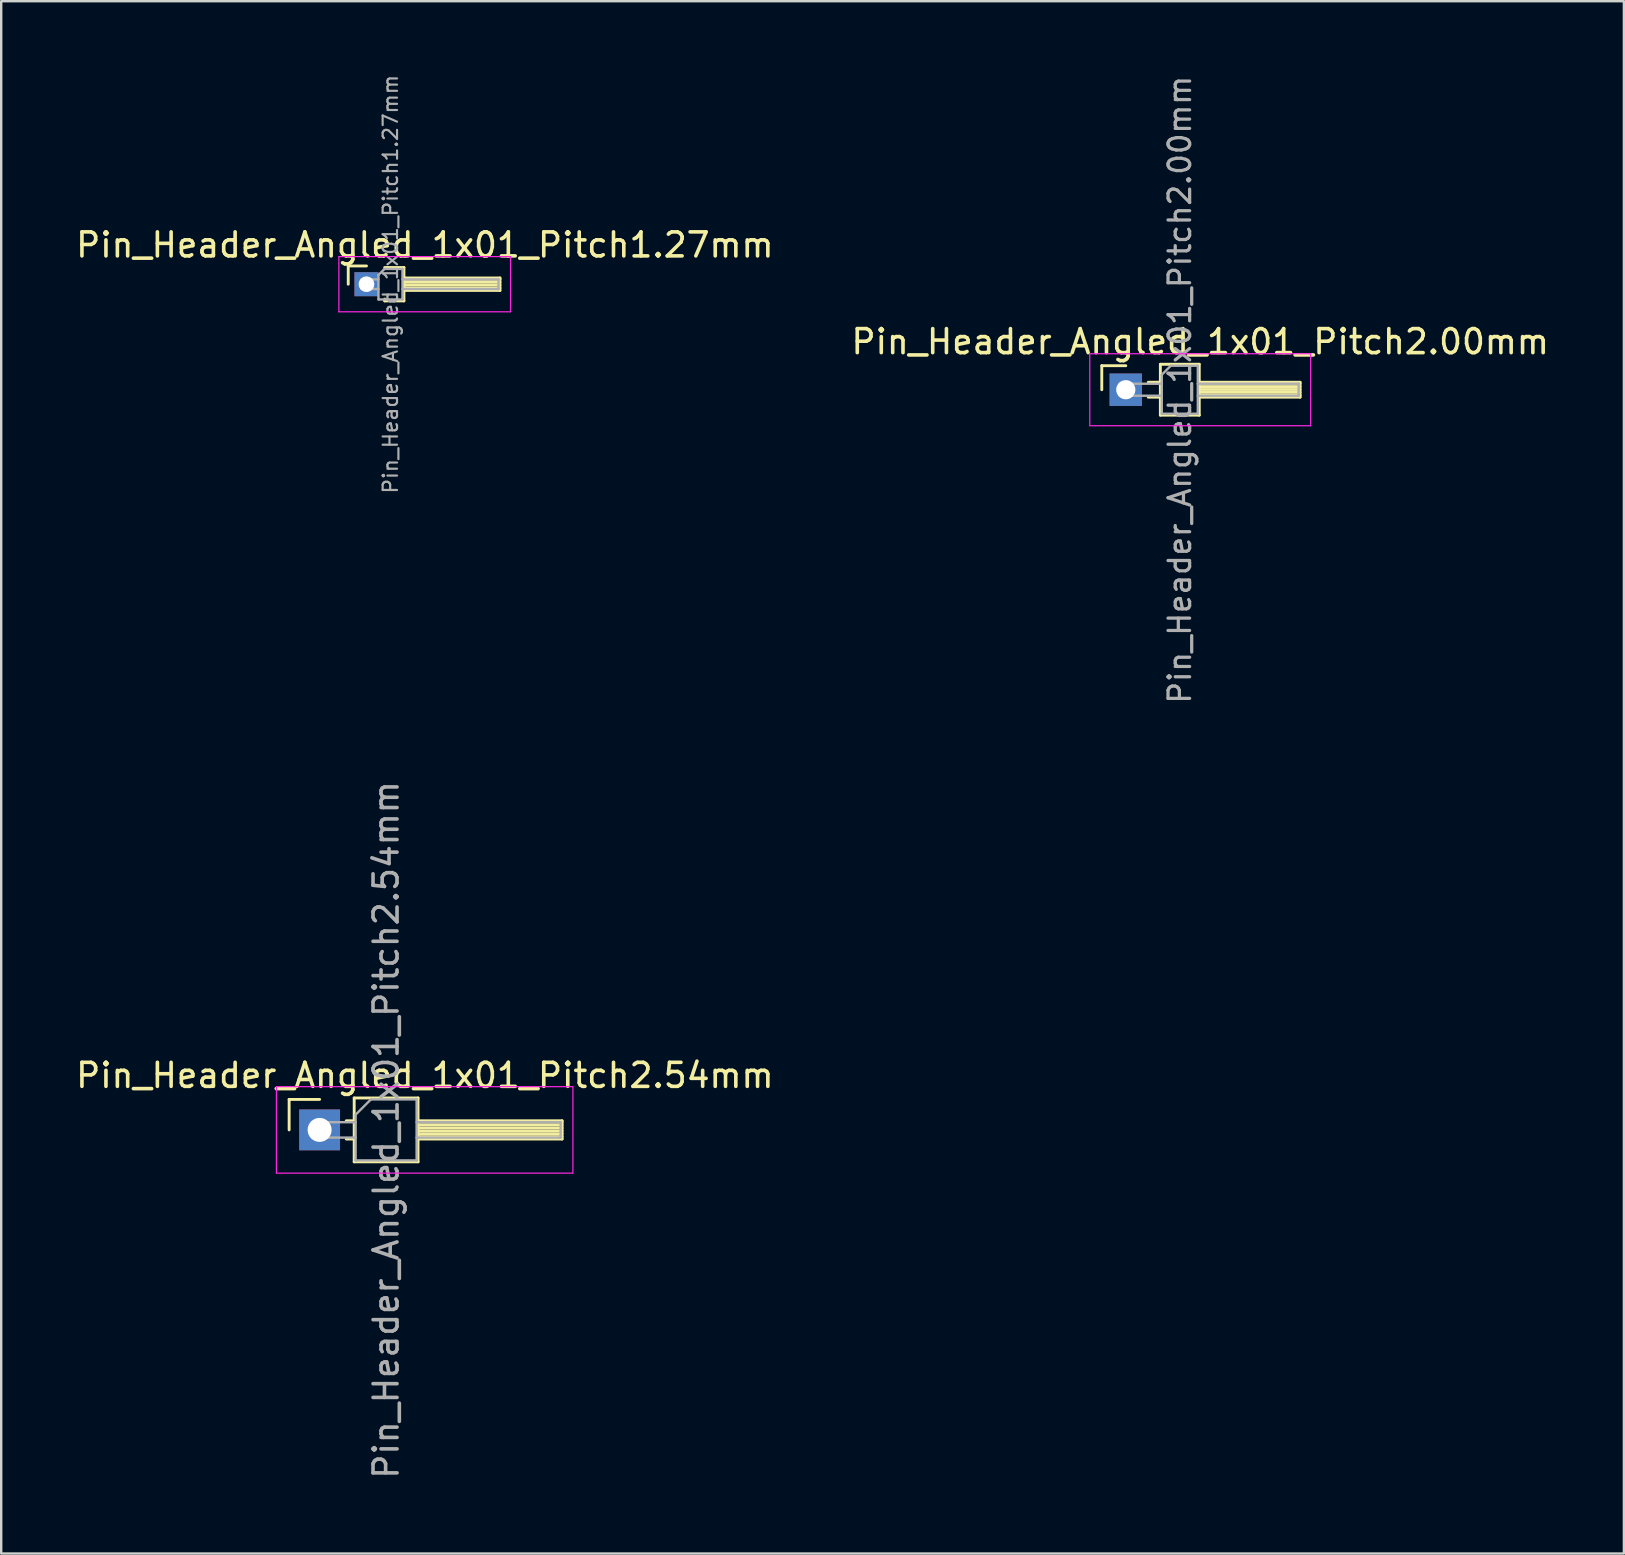
<source format=kicad_pcb>
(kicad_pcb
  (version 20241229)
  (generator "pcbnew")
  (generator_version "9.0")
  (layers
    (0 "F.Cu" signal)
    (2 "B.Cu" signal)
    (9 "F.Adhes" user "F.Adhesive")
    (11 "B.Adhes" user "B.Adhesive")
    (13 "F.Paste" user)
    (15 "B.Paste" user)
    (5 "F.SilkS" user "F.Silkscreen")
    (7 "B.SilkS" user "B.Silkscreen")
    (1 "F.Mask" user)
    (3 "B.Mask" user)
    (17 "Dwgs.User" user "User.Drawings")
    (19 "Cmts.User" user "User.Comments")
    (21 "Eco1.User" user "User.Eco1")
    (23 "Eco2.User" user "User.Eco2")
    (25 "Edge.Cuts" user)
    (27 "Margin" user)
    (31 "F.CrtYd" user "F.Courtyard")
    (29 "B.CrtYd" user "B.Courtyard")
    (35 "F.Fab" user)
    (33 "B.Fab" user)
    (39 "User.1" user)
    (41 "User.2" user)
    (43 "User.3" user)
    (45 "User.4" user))
  (footprint "Pin_Header_Angled_1x01_Pitch1.27mm"
    (layer "F.Cu")
    (at 12.216 8.789)
    (property "Reference" "Pin_Header_Angled_1x01_Pitch1.27mm" (at 2.433 -1.635 0) (layer "F.SilkS") (effects (font (size 1 1) (thickness 0.15))))
    (attr through_hole)
    (fp_line (start -0.76 -0.76) (end 0 -0.76) (stroke (width 0.12) (type solid)) (layer "F.SilkS"))
    (fp_line (start -0.76 0) (end -0.76 -0.76) (stroke (width 0.12) (type solid)) (layer "F.SilkS"))
    (fp_line (start 0.76 -0.695) (end 1.56 -0.695) (stroke (width 0.12) (type solid)) (layer "F.SilkS"))
    (fp_line (start 0.76 0.695) (end 0.76 0.62) (stroke (width 0.12) (type solid)) (layer "F.SilkS"))
    (fp_line (start 1.56 -0.695) (end 1.56 0.695) (stroke (width 0.12) (type solid)) (layer "F.SilkS"))
    (fp_line (start 1.56 -0.26) (end 5.56 -0.26) (stroke (width 0.12) (type solid)) (layer "F.SilkS"))
    (fp_line (start 1.56 -0.2) (end 5.56 -0.2) (stroke (width 0.12) (type solid)) (layer "F.SilkS"))
    (fp_line (start 1.56 -0.08) (end 5.56 -0.08) (stroke (width 0.12) (type solid)) (layer "F.SilkS"))
    (fp_line (start 1.56 0.04) (end 5.56 0.04) (stroke (width 0.12) (type solid)) (layer "F.SilkS"))
    (fp_line (start 1.56 0.16) (end 5.56 0.16) (stroke (width 0.12) (type solid)) (layer "F.SilkS"))
    (fp_line (start 1.56 0.695) (end 0.76 0.695) (stroke (width 0.12) (type solid)) (layer "F.SilkS"))
    (fp_line (start 5.56 -0.26) (end 5.56 0.26) (stroke (width 0.12) (type solid)) (layer "F.SilkS"))
    (fp_line (start 5.56 0.26) (end 1.56 0.26) (stroke (width 0.12) (type solid)) (layer "F.SilkS"))
    (fp_line (start -1.15 -1.15) (end -1.15 1.15) (stroke (width 0.05) (type solid)) (layer "F.CrtYd"))
    (fp_line (start -1.15 1.15) (end 6 1.15) (stroke (width 0.05) (type solid)) (layer "F.CrtYd"))
    (fp_line (start 6 -1.15) (end -1.15 -1.15) (stroke (width 0.05) (type solid)) (layer "F.CrtYd"))
    (fp_line (start 6 1.15) (end 6 -1.15) (stroke (width 0.05) (type solid)) (layer "F.CrtYd"))
    (fp_line (start -0.2 -0.2) (end -0.2 0.2) (stroke (width 0.1) (type solid)) (layer "F.Fab"))
    (fp_line (start -0.2 -0.2) (end 0.5 -0.2) (stroke (width 0.1) (type solid)) (layer "F.Fab"))
    (fp_line (start -0.2 0.2) (end 0.5 0.2) (stroke (width 0.1) (type solid)) (layer "F.Fab"))
    (fp_line (start 0.5 -0.385) (end 0.75 -0.635) (stroke (width 0.1) (type solid)) (layer "F.Fab"))
    (fp_line (start 0.5 0.635) (end 0.5 -0.385) (stroke (width 0.1) (type solid)) (layer "F.Fab"))
    (fp_line (start 0.75 -0.635) (end 1.5 -0.635) (stroke (width 0.1) (type solid)) (layer "F.Fab"))
    (fp_line (start 1.5 -0.635) (end 1.5 0.635) (stroke (width 0.1) (type solid)) (layer "F.Fab"))
    (fp_line (start 1.5 -0.2) (end 5.5 -0.2) (stroke (width 0.1) (type solid)) (layer "F.Fab"))
    (fp_line (start 1.5 0.2) (end 5.5 0.2) (stroke (width 0.1) (type solid)) (layer "F.Fab"))
    (fp_line (start 1.5 0.635) (end 0.5 0.635) (stroke (width 0.1) (type solid)) (layer "F.Fab"))
    (fp_line (start 5.5 -0.2) (end 5.5 0.2) (stroke (width 0.1) (type solid)) (layer "F.Fab"))
    (fp_text user "${REFERENCE}" (at 1 0 90) (layer "F.Fab") (effects (font (size 0.6 0.6) (thickness 0.09))))
    (pad "1" thru_hole rect (at 0 0) (size 1 1) (drill 0.65) (layers "*.Cu" "*.Mask")))
  (footprint "Pin_Header_Angled_1x01_Pitch2.00mm"
    (layer "F.Cu")
    (at 43.846 13.184)
    (property "Reference" "Pin_Header_Angled_1x01_Pitch2.00mm" (at 3.1 -2 0) (layer "F.SilkS") (effects (font (size 1 1) (thickness 0.15))))
    (attr through_hole)
    (fp_line (start -1 -1) (end 0 -1) (stroke (width 0.12) (type solid)) (layer "F.SilkS"))
    (fp_line (start -1 0) (end -1 -1) (stroke (width 0.12) (type solid)) (layer "F.SilkS"))
    (fp_line (start 0.935 -0.31) (end 1.44 -0.31) (stroke (width 0.12) (type solid)) (layer "F.SilkS"))
    (fp_line (start 0.935 0.31) (end 1.44 0.31) (stroke (width 0.12) (type solid)) (layer "F.SilkS"))
    (fp_line (start 1.44 -1.06) (end 1.44 1.06) (stroke (width 0.12) (type solid)) (layer "F.SilkS"))
    (fp_line (start 1.44 1.06) (end 3.06 1.06) (stroke (width 0.12) (type solid)) (layer "F.SilkS"))
    (fp_line (start 3.06 -1.06) (end 1.44 -1.06) (stroke (width 0.12) (type solid)) (layer "F.SilkS"))
    (fp_line (start 3.06 -0.31) (end 7.26 -0.31) (stroke (width 0.12) (type solid)) (layer "F.SilkS"))
    (fp_line (start 3.06 -0.25) (end 7.26 -0.25) (stroke (width 0.12) (type solid)) (layer "F.SilkS"))
    (fp_line (start 3.06 -0.13) (end 7.26 -0.13) (stroke (width 0.12) (type solid)) (layer "F.SilkS"))
    (fp_line (start 3.06 -0.01) (end 7.26 -0.01) (stroke (width 0.12) (type solid)) (layer "F.SilkS"))
    (fp_line (start 3.06 0.11) (end 7.26 0.11) (stroke (width 0.12) (type solid)) (layer "F.SilkS"))
    (fp_line (start 3.06 0.23) (end 7.26 0.23) (stroke (width 0.12) (type solid)) (layer "F.SilkS"))
    (fp_line (start 3.06 1.06) (end 3.06 -1.06) (stroke (width 0.12) (type solid)) (layer "F.SilkS"))
    (fp_line (start 7.26 -0.31) (end 7.26 0.31) (stroke (width 0.12) (type solid)) (layer "F.SilkS"))
    (fp_line (start 7.26 0.31) (end 3.06 0.31) (stroke (width 0.12) (type solid)) (layer "F.SilkS"))
    (fp_line (start -1.5 -1.5) (end -1.5 1.5) (stroke (width 0.05) (type solid)) (layer "F.CrtYd"))
    (fp_line (start -1.5 1.5) (end 7.7 1.5) (stroke (width 0.05) (type solid)) (layer "F.CrtYd"))
    (fp_line (start 7.7 -1.5) (end -1.5 -1.5) (stroke (width 0.05) (type solid)) (layer "F.CrtYd"))
    (fp_line (start 7.7 1.5) (end 7.7 -1.5) (stroke (width 0.05) (type solid)) (layer "F.CrtYd"))
    (fp_line (start -0.25 -0.25) (end -0.25 0.25) (stroke (width 0.1) (type solid)) (layer "F.Fab"))
    (fp_line (start -0.25 -0.25) (end 1.5 -0.25) (stroke (width 0.1) (type solid)) (layer "F.Fab"))
    (fp_line (start -0.25 0.25) (end 1.5 0.25) (stroke (width 0.1) (type solid)) (layer "F.Fab"))
    (fp_line (start 1.5 -0.625) (end 1.875 -1) (stroke (width 0.1) (type solid)) (layer "F.Fab"))
    (fp_line (start 1.5 1) (end 1.5 -0.625) (stroke (width 0.1) (type solid)) (layer "F.Fab"))
    (fp_line (start 1.875 -1) (end 3 -1) (stroke (width 0.1) (type solid)) (layer "F.Fab"))
    (fp_line (start 3 -1) (end 3 1) (stroke (width 0.1) (type solid)) (layer "F.Fab"))
    (fp_line (start 3 -0.25) (end 7.2 -0.25) (stroke (width 0.1) (type solid)) (layer "F.Fab"))
    (fp_line (start 3 0.25) (end 7.2 0.25) (stroke (width 0.1) (type solid)) (layer "F.Fab"))
    (fp_line (start 3 1) (end 1.5 1) (stroke (width 0.1) (type solid)) (layer "F.Fab"))
    (fp_line (start 7.2 -0.25) (end 7.2 0.25) (stroke (width 0.1) (type solid)) (layer "F.Fab"))
    (fp_text user "${REFERENCE}" (at 2.25 0 90) (layer "F.Fab") (effects (font (size 0.9 0.9) (thickness 0.135))))
    (pad "1" thru_hole rect (at 0 0) (size 1.35 1.35) (drill 0.8) (layers "*.Cu" "*.Mask")))
  (footprint "Pin_Header_Angled_1x01_Pitch2.54mm"
    (layer "F.Cu")
    (at 10.264 44.017)
    (property "Reference" "Pin_Header_Angled_1x01_Pitch2.54mm" (at 4.385 -2.27 0) (layer "F.SilkS") (effects (font (size 1 1) (thickness 0.15))))
    (attr through_hole)
    (fp_line (start -1.27 -1.27) (end 0 -1.27) (stroke (width 0.12) (type solid)) (layer "F.SilkS"))
    (fp_line (start -1.27 0) (end -1.27 -1.27) (stroke (width 0.12) (type solid)) (layer "F.SilkS"))
    (fp_line (start 1.11 -0.38) (end 1.44 -0.38) (stroke (width 0.12) (type solid)) (layer "F.SilkS"))
    (fp_line (start 1.11 0.38) (end 1.44 0.38) (stroke (width 0.12) (type solid)) (layer "F.SilkS"))
    (fp_line (start 1.44 -1.33) (end 1.44 1.33) (stroke (width 0.12) (type solid)) (layer "F.SilkS"))
    (fp_line (start 1.44 1.33) (end 4.1 1.33) (stroke (width 0.12) (type solid)) (layer "F.SilkS"))
    (fp_line (start 4.1 -1.33) (end 1.44 -1.33) (stroke (width 0.12) (type solid)) (layer "F.SilkS"))
    (fp_line (start 4.1 -0.38) (end 10.1 -0.38) (stroke (width 0.12) (type solid)) (layer "F.SilkS"))
    (fp_line (start 4.1 -0.32) (end 10.1 -0.32) (stroke (width 0.12) (type solid)) (layer "F.SilkS"))
    (fp_line (start 4.1 -0.2) (end 10.1 -0.2) (stroke (width 0.12) (type solid)) (layer "F.SilkS"))
    (fp_line (start 4.1 -0.08) (end 10.1 -0.08) (stroke (width 0.12) (type solid)) (layer "F.SilkS"))
    (fp_line (start 4.1 0.04) (end 10.1 0.04) (stroke (width 0.12) (type solid)) (layer "F.SilkS"))
    (fp_line (start 4.1 0.16) (end 10.1 0.16) (stroke (width 0.12) (type solid)) (layer "F.SilkS"))
    (fp_line (start 4.1 0.28) (end 10.1 0.28) (stroke (width 0.12) (type solid)) (layer "F.SilkS"))
    (fp_line (start 4.1 1.33) (end 4.1 -1.33) (stroke (width 0.12) (type solid)) (layer "F.SilkS"))
    (fp_line (start 10.1 -0.38) (end 10.1 0.38) (stroke (width 0.12) (type solid)) (layer "F.SilkS"))
    (fp_line (start 10.1 0.38) (end 4.1 0.38) (stroke (width 0.12) (type solid)) (layer "F.SilkS"))
    (fp_line (start -1.8 -1.8) (end -1.8 1.8) (stroke (width 0.05) (type solid)) (layer "F.CrtYd"))
    (fp_line (start -1.8 1.8) (end 10.55 1.8) (stroke (width 0.05) (type solid)) (layer "F.CrtYd"))
    (fp_line (start 10.55 -1.8) (end -1.8 -1.8) (stroke (width 0.05) (type solid)) (layer "F.CrtYd"))
    (fp_line (start 10.55 1.8) (end 10.55 -1.8) (stroke (width 0.05) (type solid)) (layer "F.CrtYd"))
    (fp_line (start -0.32 -0.32) (end -0.32 0.32) (stroke (width 0.1) (type solid)) (layer "F.Fab"))
    (fp_line (start -0.32 -0.32) (end 1.5 -0.32) (stroke (width 0.1) (type solid)) (layer "F.Fab"))
    (fp_line (start -0.32 0.32) (end 1.5 0.32) (stroke (width 0.1) (type solid)) (layer "F.Fab"))
    (fp_line (start 1.5 -0.635) (end 2.135 -1.27) (stroke (width 0.1) (type solid)) (layer "F.Fab"))
    (fp_line (start 1.5 1.27) (end 1.5 -0.635) (stroke (width 0.1) (type solid)) (layer "F.Fab"))
    (fp_line (start 2.135 -1.27) (end 4.04 -1.27) (stroke (width 0.1) (type solid)) (layer "F.Fab"))
    (fp_line (start 4.04 -1.27) (end 4.04 1.27) (stroke (width 0.1) (type solid)) (layer "F.Fab"))
    (fp_line (start 4.04 -0.32) (end 10.04 -0.32) (stroke (width 0.1) (type solid)) (layer "F.Fab"))
    (fp_line (start 4.04 0.32) (end 10.04 0.32) (stroke (width 0.1) (type solid)) (layer "F.Fab"))
    (fp_line (start 4.04 1.27) (end 1.5 1.27) (stroke (width 0.1) (type solid)) (layer "F.Fab"))
    (fp_line (start 10.04 -0.32) (end 10.04 0.32) (stroke (width 0.1) (type solid)) (layer "F.Fab"))
    (fp_text user "${REFERENCE}" (at 2.77 0 90) (layer "F.Fab") (effects (font (size 1 1) (thickness 0.15))))
    (pad "1" thru_hole rect (at 0 0) (size 1.7 1.7) (drill 1) (layers "*.Cu" "*.Mask")))
  (gr_rect
    (start -3 -3)
    (end 64.595 61.665)
    (stroke (width 0.1) (type default))
    (fill no)
    (layer "Edge.Cuts")))
</source>
